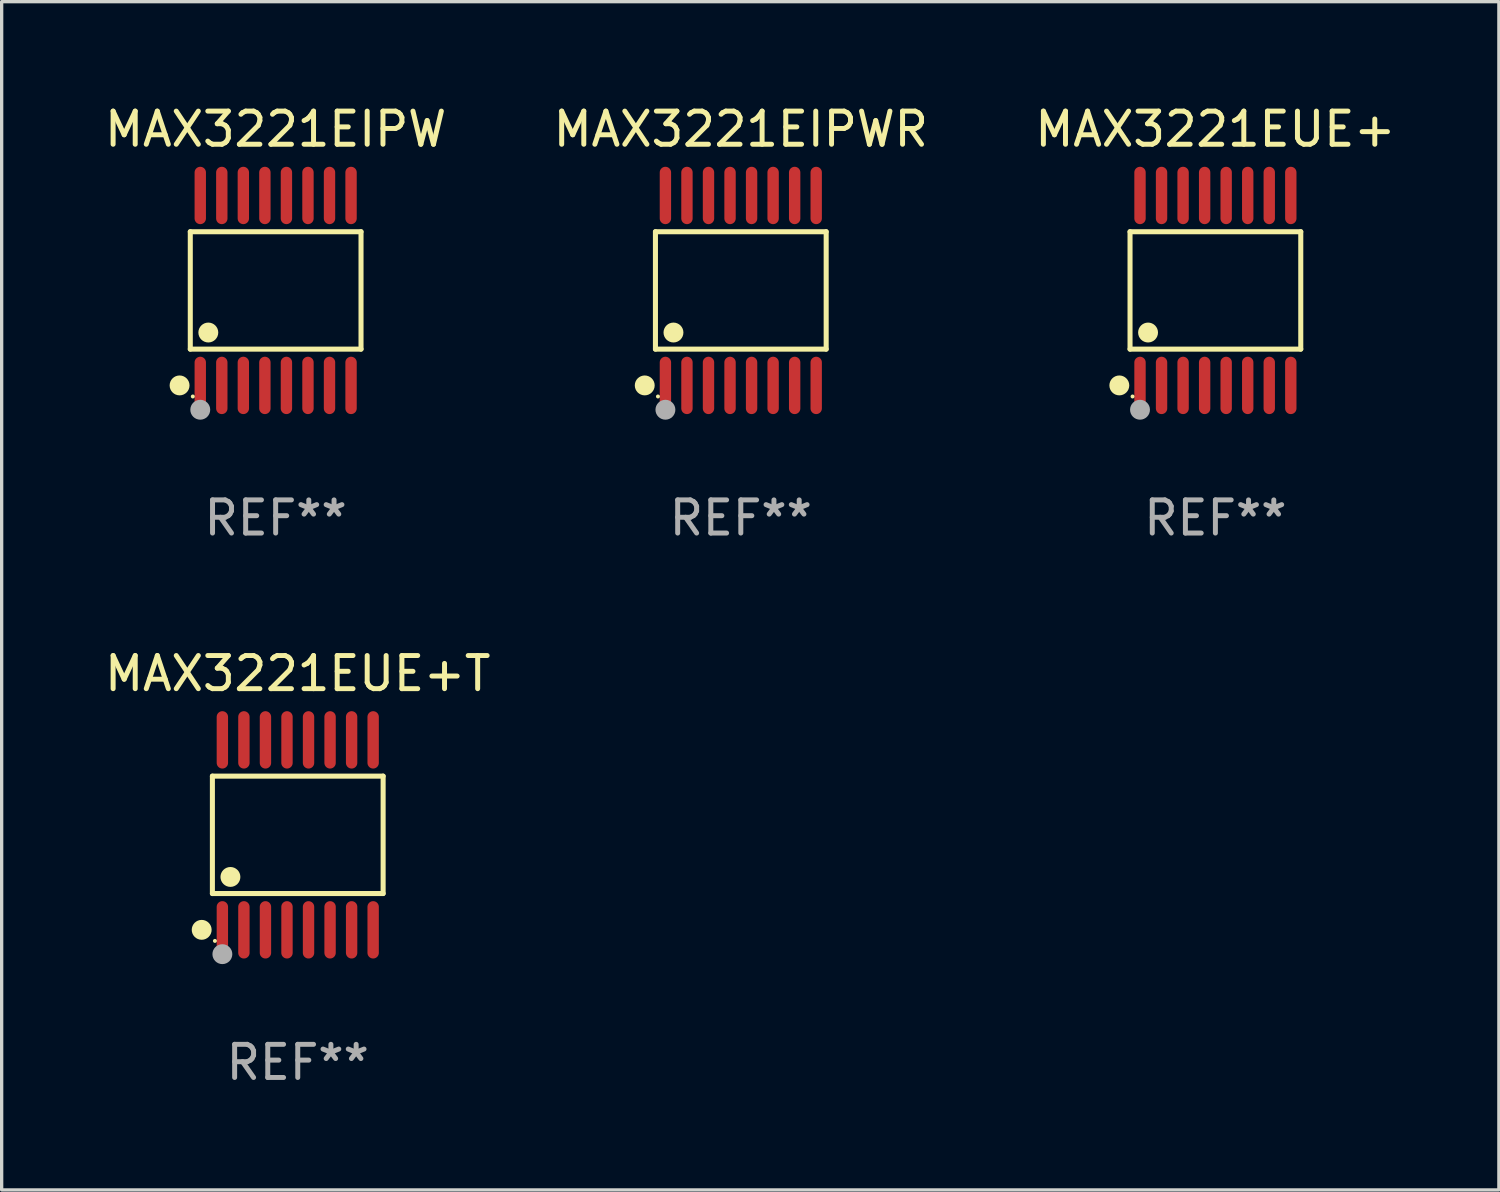
<source format=kicad_pcb>
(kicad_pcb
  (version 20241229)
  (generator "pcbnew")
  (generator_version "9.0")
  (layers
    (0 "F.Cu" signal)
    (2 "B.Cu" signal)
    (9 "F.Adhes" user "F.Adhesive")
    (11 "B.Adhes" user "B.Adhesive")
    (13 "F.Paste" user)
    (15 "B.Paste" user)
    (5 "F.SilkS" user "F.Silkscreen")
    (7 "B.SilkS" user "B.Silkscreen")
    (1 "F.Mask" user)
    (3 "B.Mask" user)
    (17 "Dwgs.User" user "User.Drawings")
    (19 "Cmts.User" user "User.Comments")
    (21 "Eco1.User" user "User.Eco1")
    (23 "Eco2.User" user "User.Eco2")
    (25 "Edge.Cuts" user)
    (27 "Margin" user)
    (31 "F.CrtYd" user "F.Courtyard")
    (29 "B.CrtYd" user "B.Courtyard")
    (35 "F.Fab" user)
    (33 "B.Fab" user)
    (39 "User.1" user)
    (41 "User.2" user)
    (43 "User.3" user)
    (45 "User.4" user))
  (footprint "MAX3221EIPW"
    (layer "F.Cu")
    (at 5.268 5.714)
    (property "Reference" "MAX3221EIPW" (at 0 -4.866 0) (layer "F.SilkS") (effects (font (size 1 1) (thickness 0.15))))
    (attr through_hole)
    (fp_line (start -2.576 -1.772) (end 2.576 -1.772) (stroke (width 0.152) (type solid)) (layer "F.SilkS"))
    (fp_line (start -2.576 1.771) (end -2.576 -1.772) (stroke (width 0.152) (type solid)) (layer "F.SilkS"))
    (fp_line (start 2.576 -1.772) (end 2.576 1.771) (stroke (width 0.152) (type solid)) (layer "F.SilkS"))
    (fp_line (start 2.576 1.771) (end -2.576 1.771) (stroke (width 0.152) (type solid)) (layer "F.SilkS"))
    (fp_circle (center -2.899 2.866) (end -2.749 2.866) (stroke (width 0.3) (type solid)) (fill no) (layer "F.SilkS"))
    (fp_circle (center -2.5 3.2) (end -2.47 3.2) (stroke (width 0.06) (type solid)) (fill no) (layer "F.SilkS"))
    (fp_circle (center -2.032 1.27) (end -1.882 1.27) (stroke (width 0.3) (type solid)) (fill no) (layer "F.SilkS"))
    (fp_circle (center -2.275 3.6) (end -2.125 3.6) (stroke (width 0.3) (type solid)) (fill no) (layer "F.Fab"))
    (fp_text user "REF**" (at 0 6.866 0) (layer "F.Fab") (effects (font (size 1 1) (thickness 0.15))))
    (pad "1" smd oval (at -2.275 2.866) (size 0.343 1.731) (layers "F.Cu" "F.Mask" "F.Paste"))
    (pad "2" smd oval (at -1.625 2.866) (size 0.343 1.731) (layers "F.Cu" "F.Mask" "F.Paste"))
    (pad "3" smd oval (at -0.975 2.866) (size 0.343 1.731) (layers "F.Cu" "F.Mask" "F.Paste"))
    (pad "4" smd oval (at -0.325 2.866) (size 0.343 1.731) (layers "F.Cu" "F.Mask" "F.Paste"))
    (pad "5" smd oval (at 0.325 2.866) (size 0.343 1.731) (layers "F.Cu" "F.Mask" "F.Paste"))
    (pad "6" smd oval (at 0.975 2.866) (size 0.343 1.731) (layers "F.Cu" "F.Mask" "F.Paste"))
    (pad "7" smd oval (at 1.625 2.866) (size 0.343 1.731) (layers "F.Cu" "F.Mask" "F.Paste"))
    (pad "8" smd oval (at 2.275 2.866) (size 0.343 1.731) (layers "F.Cu" "F.Mask" "F.Paste"))
    (pad "9" smd oval (at 2.275 -2.866) (size 0.343 1.731) (layers "F.Cu" "F.Mask" "F.Paste"))
    (pad "10" smd oval (at 1.625 -2.866) (size 0.343 1.731) (layers "F.Cu" "F.Mask" "F.Paste"))
    (pad "11" smd oval (at 0.975 -2.866) (size 0.343 1.731) (layers "F.Cu" "F.Mask" "F.Paste"))
    (pad "12" smd oval (at 0.325 -2.866) (size 0.343 1.731) (layers "F.Cu" "F.Mask" "F.Paste"))
    (pad "13" smd oval (at -0.325 -2.866) (size 0.343 1.731) (layers "F.Cu" "F.Mask" "F.Paste"))
    (pad "14" smd oval (at -0.975 -2.866) (size 0.343 1.731) (layers "F.Cu" "F.Mask" "F.Paste"))
    (pad "15" smd oval (at -1.625 -2.866) (size 0.343 1.731) (layers "F.Cu" "F.Mask" "F.Paste"))
    (pad "16" smd oval (at -2.275 -2.866) (size 0.343 1.731) (layers "F.Cu" "F.Mask" "F.Paste")))
  (footprint "MAX3221EIPWR"
    (layer "F.Cu")
    (at 19.304 5.714)
    (property "Reference" "MAX3221EIPWR" (at 0 -4.866 0) (layer "F.SilkS") (effects (font (size 1 1) (thickness 0.15))))
    (attr through_hole)
    (fp_line (start -2.576 -1.772) (end 2.576 -1.772) (stroke (width 0.152) (type solid)) (layer "F.SilkS"))
    (fp_line (start -2.576 1.771) (end -2.576 -1.772) (stroke (width 0.152) (type solid)) (layer "F.SilkS"))
    (fp_line (start 2.576 -1.772) (end 2.576 1.771) (stroke (width 0.152) (type solid)) (layer "F.SilkS"))
    (fp_line (start 2.576 1.771) (end -2.576 1.771) (stroke (width 0.152) (type solid)) (layer "F.SilkS"))
    (fp_circle (center -2.899 2.866) (end -2.749 2.866) (stroke (width 0.3) (type solid)) (fill no) (layer "F.SilkS"))
    (fp_circle (center -2.5 3.2) (end -2.47 3.2) (stroke (width 0.06) (type solid)) (fill no) (layer "F.SilkS"))
    (fp_circle (center -2.032 1.27) (end -1.882 1.27) (stroke (width 0.3) (type solid)) (fill no) (layer "F.SilkS"))
    (fp_circle (center -2.275 3.6) (end -2.125 3.6) (stroke (width 0.3) (type solid)) (fill no) (layer "F.Fab"))
    (fp_text user "REF**" (at 0 6.866 0) (layer "F.Fab") (effects (font (size 1 1) (thickness 0.15))))
    (pad "1" smd oval (at -2.275 2.866) (size 0.343 1.731) (layers "F.Cu" "F.Mask" "F.Paste"))
    (pad "2" smd oval (at -1.625 2.866) (size 0.343 1.731) (layers "F.Cu" "F.Mask" "F.Paste"))
    (pad "3" smd oval (at -0.975 2.866) (size 0.343 1.731) (layers "F.Cu" "F.Mask" "F.Paste"))
    (pad "4" smd oval (at -0.325 2.866) (size 0.343 1.731) (layers "F.Cu" "F.Mask" "F.Paste"))
    (pad "5" smd oval (at 0.325 2.866) (size 0.343 1.731) (layers "F.Cu" "F.Mask" "F.Paste"))
    (pad "6" smd oval (at 0.975 2.866) (size 0.343 1.731) (layers "F.Cu" "F.Mask" "F.Paste"))
    (pad "7" smd oval (at 1.625 2.866) (size 0.343 1.731) (layers "F.Cu" "F.Mask" "F.Paste"))
    (pad "8" smd oval (at 2.275 2.866) (size 0.343 1.731) (layers "F.Cu" "F.Mask" "F.Paste"))
    (pad "9" smd oval (at 2.275 -2.866) (size 0.343 1.731) (layers "F.Cu" "F.Mask" "F.Paste"))
    (pad "10" smd oval (at 1.625 -2.866) (size 0.343 1.731) (layers "F.Cu" "F.Mask" "F.Paste"))
    (pad "11" smd oval (at 0.975 -2.866) (size 0.343 1.731) (layers "F.Cu" "F.Mask" "F.Paste"))
    (pad "12" smd oval (at 0.325 -2.866) (size 0.343 1.731) (layers "F.Cu" "F.Mask" "F.Paste"))
    (pad "13" smd oval (at -0.325 -2.866) (size 0.343 1.731) (layers "F.Cu" "F.Mask" "F.Paste"))
    (pad "14" smd oval (at -0.975 -2.866) (size 0.343 1.731) (layers "F.Cu" "F.Mask" "F.Paste"))
    (pad "15" smd oval (at -1.625 -2.866) (size 0.343 1.731) (layers "F.Cu" "F.Mask" "F.Paste"))
    (pad "16" smd oval (at -2.275 -2.866) (size 0.343 1.731) (layers "F.Cu" "F.Mask" "F.Paste")))
  (footprint "MAX3221EUE+T"
    (layer "F.Cu")
    (at 5.935 22.142)
    (property "Reference" "MAX3221EUE+T" (at 0 -4.866 0) (layer "F.SilkS") (effects (font (size 1 1) (thickness 0.15))))
    (attr through_hole)
    (fp_line (start -2.576 -1.772) (end 2.576 -1.772) (stroke (width 0.152) (type solid)) (layer "F.SilkS"))
    (fp_line (start -2.576 1.771) (end -2.576 -1.772) (stroke (width 0.152) (type solid)) (layer "F.SilkS"))
    (fp_line (start 2.576 -1.772) (end 2.576 1.771) (stroke (width 0.152) (type solid)) (layer "F.SilkS"))
    (fp_line (start 2.576 1.771) (end -2.576 1.771) (stroke (width 0.152) (type solid)) (layer "F.SilkS"))
    (fp_circle (center -2.899 2.866) (end -2.749 2.866) (stroke (width 0.3) (type solid)) (fill no) (layer "F.SilkS"))
    (fp_circle (center -2.5 3.2) (end -2.47 3.2) (stroke (width 0.06) (type solid)) (fill no) (layer "F.SilkS"))
    (fp_circle (center -2.032 1.27) (end -1.882 1.27) (stroke (width 0.3) (type solid)) (fill no) (layer "F.SilkS"))
    (fp_circle (center -2.275 3.6) (end -2.125 3.6) (stroke (width 0.3) (type solid)) (fill no) (layer "F.Fab"))
    (fp_text user "REF**" (at 0 6.866 0) (layer "F.Fab") (effects (font (size 1 1) (thickness 0.15))))
    (pad "1" smd oval (at -2.275 2.866) (size 0.343 1.731) (layers "F.Cu" "F.Mask" "F.Paste"))
    (pad "2" smd oval (at -1.625 2.866) (size 0.343 1.731) (layers "F.Cu" "F.Mask" "F.Paste"))
    (pad "3" smd oval (at -0.975 2.866) (size 0.343 1.731) (layers "F.Cu" "F.Mask" "F.Paste"))
    (pad "4" smd oval (at -0.325 2.866) (size 0.343 1.731) (layers "F.Cu" "F.Mask" "F.Paste"))
    (pad "5" smd oval (at 0.325 2.866) (size 0.343 1.731) (layers "F.Cu" "F.Mask" "F.Paste"))
    (pad "6" smd oval (at 0.975 2.866) (size 0.343 1.731) (layers "F.Cu" "F.Mask" "F.Paste"))
    (pad "7" smd oval (at 1.625 2.866) (size 0.343 1.731) (layers "F.Cu" "F.Mask" "F.Paste"))
    (pad "8" smd oval (at 2.275 2.866) (size 0.343 1.731) (layers "F.Cu" "F.Mask" "F.Paste"))
    (pad "9" smd oval (at 2.275 -2.866) (size 0.343 1.731) (layers "F.Cu" "F.Mask" "F.Paste"))
    (pad "10" smd oval (at 1.625 -2.866) (size 0.343 1.731) (layers "F.Cu" "F.Mask" "F.Paste"))
    (pad "11" smd oval (at 0.975 -2.866) (size 0.343 1.731) (layers "F.Cu" "F.Mask" "F.Paste"))
    (pad "12" smd oval (at 0.325 -2.866) (size 0.343 1.731) (layers "F.Cu" "F.Mask" "F.Paste"))
    (pad "13" smd oval (at -0.325 -2.866) (size 0.343 1.731) (layers "F.Cu" "F.Mask" "F.Paste"))
    (pad "14" smd oval (at -0.975 -2.866) (size 0.343 1.731) (layers "F.Cu" "F.Mask" "F.Paste"))
    (pad "15" smd oval (at -1.625 -2.866) (size 0.343 1.731) (layers "F.Cu" "F.Mask" "F.Paste"))
    (pad "16" smd oval (at -2.275 -2.866) (size 0.343 1.731) (layers "F.Cu" "F.Mask" "F.Paste")))
  (footprint "MAX3221EUE+"
    (layer "F.Cu")
    (at 33.625 5.714)
    (property "Reference" "MAX3221EUE+" (at 0 -4.866 0) (layer "F.SilkS") (effects (font (size 1 1) (thickness 0.15))))
    (attr through_hole)
    (fp_line (start -2.576 -1.772) (end 2.576 -1.772) (stroke (width 0.152) (type solid)) (layer "F.SilkS"))
    (fp_line (start -2.576 1.771) (end -2.576 -1.772) (stroke (width 0.152) (type solid)) (layer "F.SilkS"))
    (fp_line (start 2.576 -1.772) (end 2.576 1.771) (stroke (width 0.152) (type solid)) (layer "F.SilkS"))
    (fp_line (start 2.576 1.771) (end -2.576 1.771) (stroke (width 0.152) (type solid)) (layer "F.SilkS"))
    (fp_circle (center -2.899 2.866) (end -2.749 2.866) (stroke (width 0.3) (type solid)) (fill no) (layer "F.SilkS"))
    (fp_circle (center -2.5 3.2) (end -2.47 3.2) (stroke (width 0.06) (type solid)) (fill no) (layer "F.SilkS"))
    (fp_circle (center -2.032 1.27) (end -1.882 1.27) (stroke (width 0.3) (type solid)) (fill no) (layer "F.SilkS"))
    (fp_circle (center -2.275 3.6) (end -2.125 3.6) (stroke (width 0.3) (type solid)) (fill no) (layer "F.Fab"))
    (fp_text user "REF**" (at 0 6.866 0) (layer "F.Fab") (effects (font (size 1 1) (thickness 0.15))))
    (pad "1" smd oval (at -2.275 2.866) (size 0.343 1.731) (layers "F.Cu" "F.Mask" "F.Paste"))
    (pad "2" smd oval (at -1.625 2.866) (size 0.343 1.731) (layers "F.Cu" "F.Mask" "F.Paste"))
    (pad "3" smd oval (at -0.975 2.866) (size 0.343 1.731) (layers "F.Cu" "F.Mask" "F.Paste"))
    (pad "4" smd oval (at -0.325 2.866) (size 0.343 1.731) (layers "F.Cu" "F.Mask" "F.Paste"))
    (pad "5" smd oval (at 0.325 2.866) (size 0.343 1.731) (layers "F.Cu" "F.Mask" "F.Paste"))
    (pad "6" smd oval (at 0.975 2.866) (size 0.343 1.731) (layers "F.Cu" "F.Mask" "F.Paste"))
    (pad "7" smd oval (at 1.625 2.866) (size 0.343 1.731) (layers "F.Cu" "F.Mask" "F.Paste"))
    (pad "8" smd oval (at 2.275 2.866) (size 0.343 1.731) (layers "F.Cu" "F.Mask" "F.Paste"))
    (pad "9" smd oval (at 2.275 -2.866) (size 0.343 1.731) (layers "F.Cu" "F.Mask" "F.Paste"))
    (pad "10" smd oval (at 1.625 -2.866) (size 0.343 1.731) (layers "F.Cu" "F.Mask" "F.Paste"))
    (pad "11" smd oval (at 0.975 -2.866) (size 0.343 1.731) (layers "F.Cu" "F.Mask" "F.Paste"))
    (pad "12" smd oval (at 0.325 -2.866) (size 0.343 1.731) (layers "F.Cu" "F.Mask" "F.Paste"))
    (pad "13" smd oval (at -0.325 -2.866) (size 0.343 1.731) (layers "F.Cu" "F.Mask" "F.Paste"))
    (pad "14" smd oval (at -0.975 -2.866) (size 0.343 1.731) (layers "F.Cu" "F.Mask" "F.Paste"))
    (pad "15" smd oval (at -1.625 -2.866) (size 0.343 1.731) (layers "F.Cu" "F.Mask" "F.Paste"))
    (pad "16" smd oval (at -2.275 -2.866) (size 0.343 1.731) (layers "F.Cu" "F.Mask" "F.Paste")))
  (gr_rect
    (start -3 -3)
    (end 42.179 32.856)
    (stroke (width 0.1) (type default))
    (fill no)
    (layer "Edge.Cuts")))
</source>
